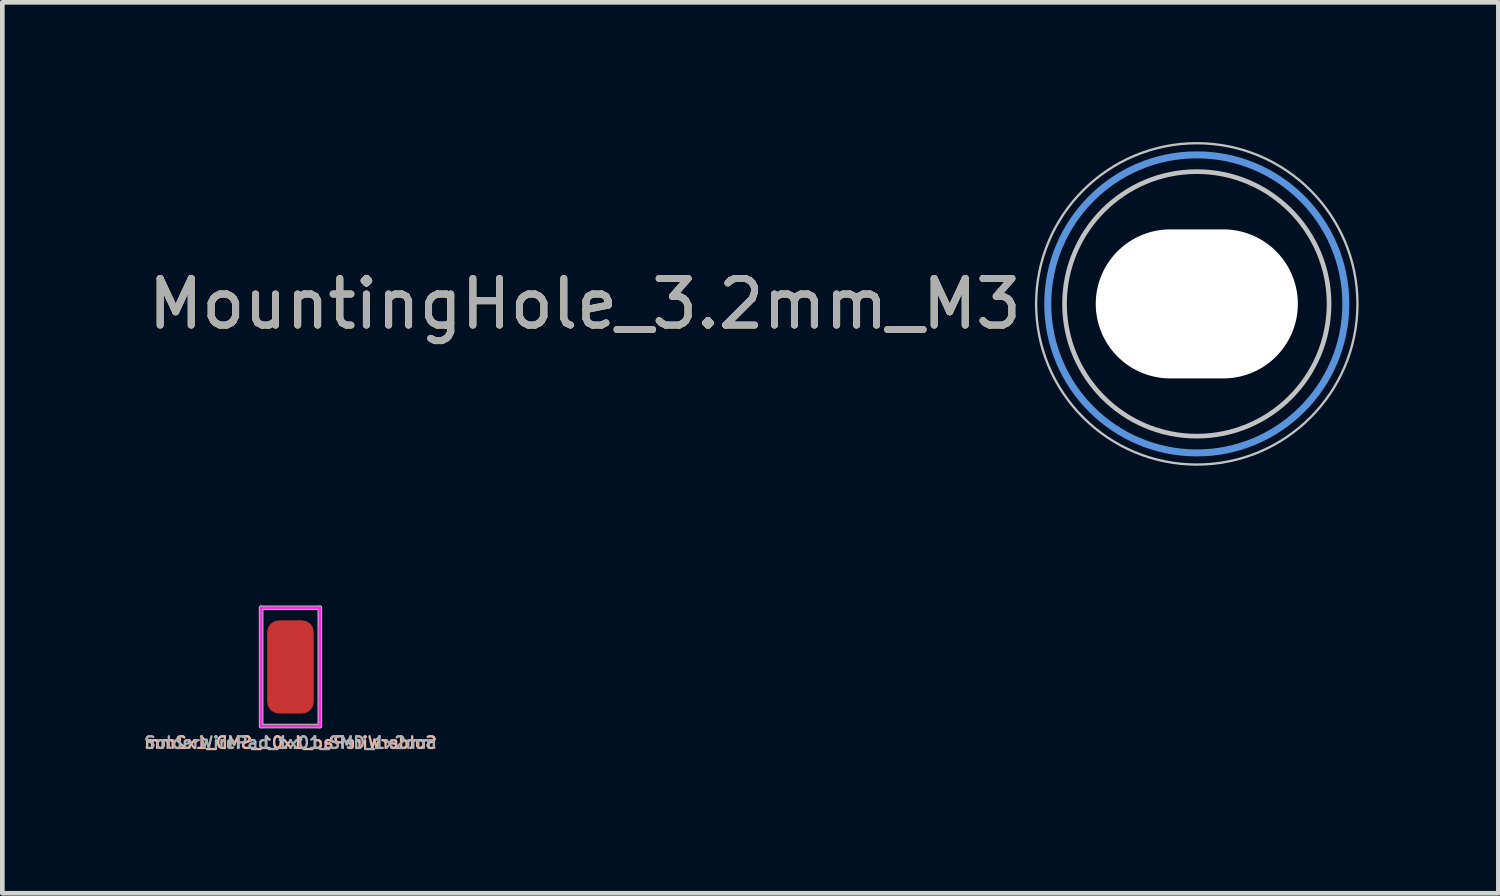
<source format=kicad_pcb>
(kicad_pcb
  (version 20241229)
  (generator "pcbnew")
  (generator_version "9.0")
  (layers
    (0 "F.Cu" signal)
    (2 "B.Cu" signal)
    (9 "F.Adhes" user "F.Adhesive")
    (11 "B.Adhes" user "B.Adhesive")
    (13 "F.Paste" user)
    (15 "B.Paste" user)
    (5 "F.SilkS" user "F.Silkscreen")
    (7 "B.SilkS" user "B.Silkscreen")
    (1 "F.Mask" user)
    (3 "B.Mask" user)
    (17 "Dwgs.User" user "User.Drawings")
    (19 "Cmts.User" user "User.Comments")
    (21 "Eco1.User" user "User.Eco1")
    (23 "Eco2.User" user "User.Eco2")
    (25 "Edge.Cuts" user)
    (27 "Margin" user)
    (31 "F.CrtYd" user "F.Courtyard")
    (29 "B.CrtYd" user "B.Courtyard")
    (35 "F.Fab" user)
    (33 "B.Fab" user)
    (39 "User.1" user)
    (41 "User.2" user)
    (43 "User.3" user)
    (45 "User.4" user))
  (footprint "MountingHole_3.2mm_M3"
    (layer "F.Cu")
    (at 22.647 3.475)
    (property "Reference" "MountingHole_3.2mm_M3" (at -3.683 0 0) (layer "F.SilkS") (effects (font (size 1 1) (thickness 0.15)) (justify right)))
    (attr exclude_from_pos_files exclude_from_bom)
    (fp_circle (center 0 0) (end 2.84 0) (stroke (width 0.1) (type solid)) (fill no) (layer "Dwgs.User"))
    (fp_circle (center 0 0) (end 3.45 0) (stroke (width 0.05) (type solid)) (fill no) (layer "Dwgs.User"))
    (fp_circle (center 0 0) (end 3.2 0) (stroke (width 0.15) (type solid)) (fill no) (layer "Cmts.User"))
    (fp_text user "${REFERENCE}" (at -3.683 0 0) (layer "F.Fab") (effects (font (size 1 1) (thickness 0.15)) (justify right)))
    (pad "" np_thru_hole oval (at 0 0) (size 4.34 3.2) (drill oval 4.34 3.2) (layers "*.Cu" "*.Mask")))
  (footprint "SolderWirePad_1x01_SMD_1x2mm"
    (layer "F.Cu")
    (at 3.187 11.27)
    (property "Reference" "SolderWirePad_1x01_SMD_1x2mm" (at 0 1.626 180) (layer "B.SilkS") (effects (font (size 0.25 0.25) (thickness 0.05) (bold yes)) (justify mirror)))
    (attr exclude_from_pos_files exclude_from_bom)
    (fp_line (start -0.63 -1.27) (end -0.63 1.27) (stroke (width 0.05) (type solid)) (layer "F.CrtYd"))
    (fp_line (start -0.63 1.27) (end 0.63 1.27) (stroke (width 0.05) (type solid)) (layer "F.CrtYd"))
    (fp_line (start 0.63 -1.27) (end -0.63 -1.27) (stroke (width 0.05) (type solid)) (layer "F.CrtYd"))
    (fp_line (start 0.63 1.27) (end 0.63 -1.27) (stroke (width 0.05) (type solid)) (layer "F.CrtYd"))
    (fp_line (start -0.63 -1.27) (end 0.63 -1.27) (stroke (width 0.1) (type solid)) (layer "F.Fab"))
    (fp_line (start -0.63 1.27) (end -0.63 -1.27) (stroke (width 0.1) (type solid)) (layer "F.Fab"))
    (fp_line (start 0.63 -1.27) (end 0.63 1.27) (stroke (width 0.1) (type solid)) (layer "F.Fab"))
    (fp_line (start 0.63 1.27) (end -0.63 1.27) (stroke (width 0.1) (type solid)) (layer "F.Fab"))
    (fp_text user "${REFERENCE}" (at 0 1.626 180) (layer "F.Fab") (effects (font (size 0.25 0.25) (thickness 0.05) (bold yes))))
    (pad "1" smd roundrect (at 0 0) (size 1 2) (layers "F.Cu" "F.Mask" "F.Paste") (roundrect_rratio 0.25)))
  (gr_rect
    (start -3 -3)
    (end 29.122 16.13)
    (stroke (width 0.1) (type default))
    (fill no)
    (layer "Edge.Cuts")))
</source>
